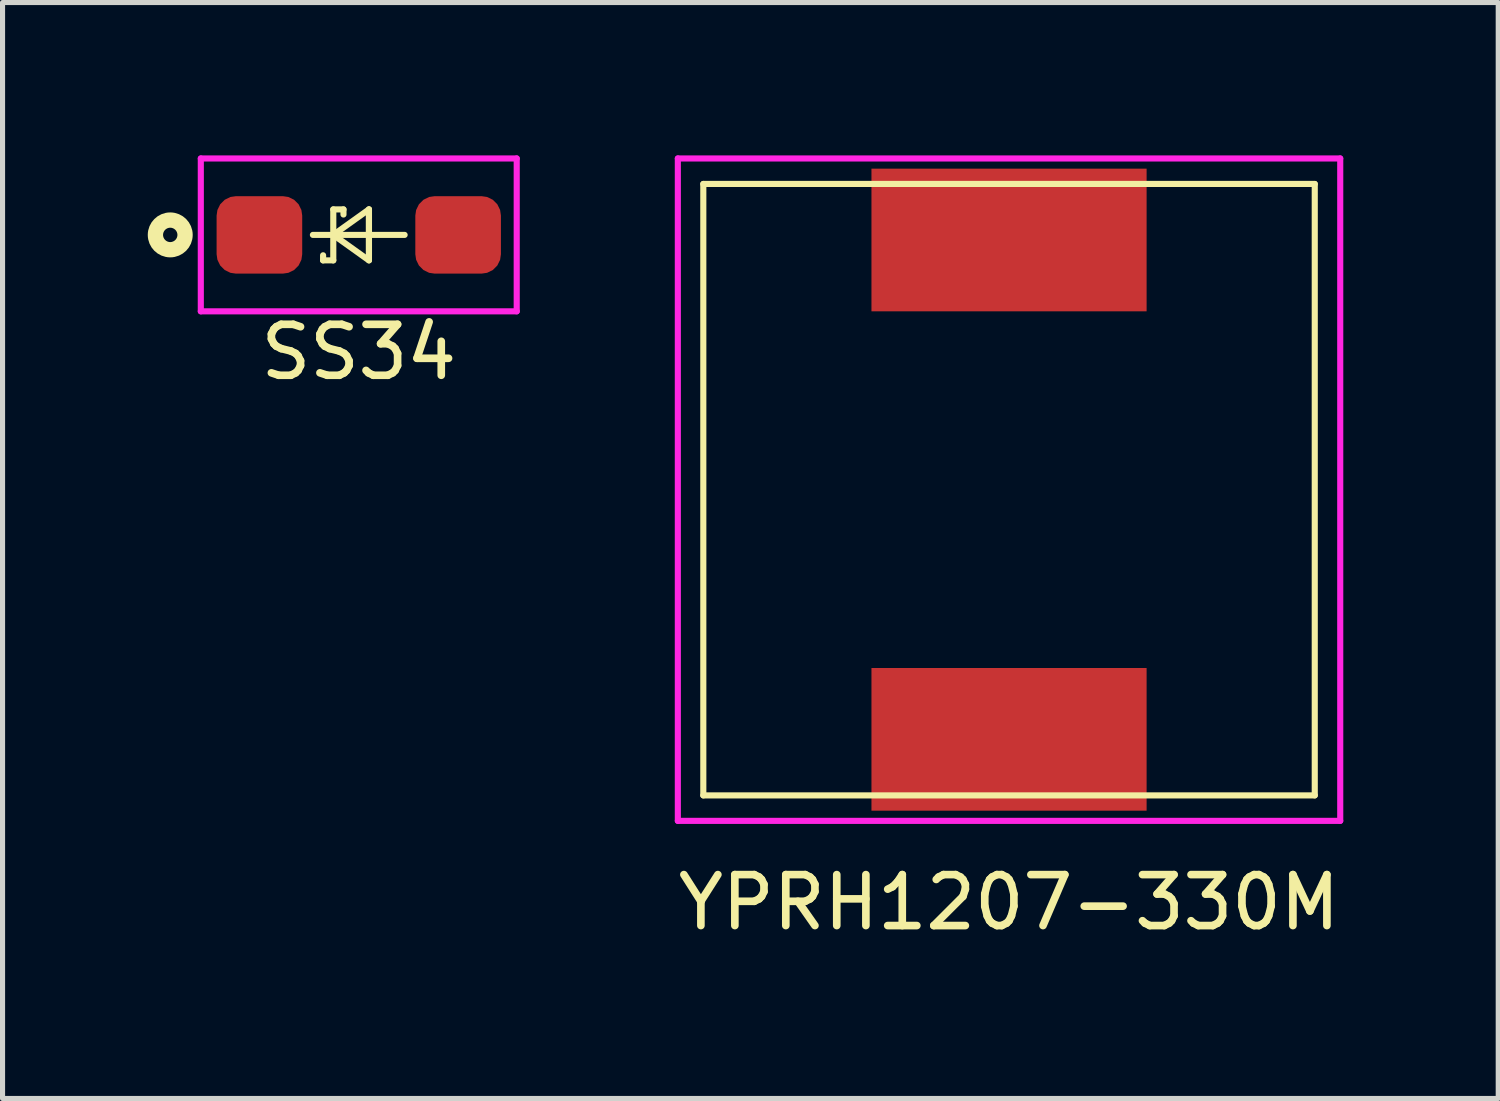
<source format=kicad_pcb>
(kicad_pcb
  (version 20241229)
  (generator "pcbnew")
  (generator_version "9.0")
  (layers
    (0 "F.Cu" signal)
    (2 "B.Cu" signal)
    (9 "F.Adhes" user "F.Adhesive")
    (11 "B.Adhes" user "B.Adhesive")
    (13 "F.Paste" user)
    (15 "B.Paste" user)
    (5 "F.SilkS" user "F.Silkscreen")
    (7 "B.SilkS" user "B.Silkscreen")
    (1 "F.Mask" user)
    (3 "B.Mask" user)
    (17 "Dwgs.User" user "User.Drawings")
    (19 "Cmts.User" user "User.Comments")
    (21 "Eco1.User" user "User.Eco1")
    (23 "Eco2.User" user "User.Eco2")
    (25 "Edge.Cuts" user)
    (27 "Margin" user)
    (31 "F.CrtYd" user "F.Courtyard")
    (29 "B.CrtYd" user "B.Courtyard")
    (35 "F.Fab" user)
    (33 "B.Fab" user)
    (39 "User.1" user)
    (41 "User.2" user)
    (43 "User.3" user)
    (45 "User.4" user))
  (footprint "YPRH1207-330M"
    (layer "F.Cu")
    (at 16.753 6.56)
    (property "Reference" "YPRH1207-330M" (at 0 8.1 0) (layer "F.SilkS") (effects (font (size 1 1) (thickness 0.15))))
    (attr through_hole)
    (fp_line (start -6 -6) (end 6 -6) (stroke (width 0.12) (type solid)) (layer "F.SilkS"))
    (fp_line (start -6 6) (end -6 -6) (stroke (width 0.12) (type solid)) (layer "F.SilkS"))
    (fp_line (start 6 -6) (end 6 6) (stroke (width 0.12) (type solid)) (layer "F.SilkS"))
    (fp_line (start 6 6) (end -6 6) (stroke (width 0.12) (type solid)) (layer "F.SilkS"))
    (fp_line (start -6.5 -6.5) (end 6.5 -6.5) (stroke (width 0.12) (type solid)) (layer "F.CrtYd"))
    (fp_line (start -6.5 6.5) (end -6.5 -6.5) (stroke (width 0.12) (type solid)) (layer "F.CrtYd"))
    (fp_line (start 6.5 -6.5) (end 6.5 6.5) (stroke (width 0.12) (type solid)) (layer "F.CrtYd"))
    (fp_line (start 6.5 6.5) (end -6.5 6.5) (stroke (width 0.12) (type solid)) (layer "F.CrtYd"))
    (pad "1" smd rect (at 0 -4.9) (size 5.4 2.8) (layers "F.Cu" "F.Mask" "F.Paste"))
    (pad "2" smd rect (at 0 4.9) (size 5.4 2.8) (layers "F.Cu" "F.Mask" "F.Paste")))
  (footprint "SS34"
    (layer "F.Cu")
    (at 3.991 1.56)
    (property "Reference" "SS34" (at 0 2.3 0) (layer "F.SilkS") (effects (font (size 1 1) (thickness 0.15))))
    (attr smd)
    (fp_line (start -0.7 0.5) (end -0.7 0.4) (stroke (width 0.12) (type solid)) (layer "F.SilkS"))
    (fp_line (start -0.5 -0.5) (end -0.5 0.5) (stroke (width 0.12) (type solid)) (layer "F.SilkS"))
    (fp_line (start -0.5 -0.5) (end -0.3 -0.5) (stroke (width 0.12) (type solid)) (layer "F.SilkS"))
    (fp_line (start -0.5 0) (end 0.2 -0.5) (stroke (width 0.12) (type solid)) (layer "F.SilkS"))
    (fp_line (start -0.5 0.5) (end -0.7 0.5) (stroke (width 0.12) (type solid)) (layer "F.SilkS"))
    (fp_line (start -0.3 -0.5) (end -0.3 -0.4) (stroke (width 0.12) (type solid)) (layer "F.SilkS"))
    (fp_line (start 0.2 -0.5) (end 0.2 0.4) (stroke (width 0.12) (type solid)) (layer "F.SilkS"))
    (fp_line (start 0.2 0.5) (end -0.5 0) (stroke (width 0.12) (type solid)) (layer "F.SilkS"))
    (fp_line (start 0.2 0.5) (end 0.2 -0.5) (stroke (width 0.12) (type solid)) (layer "F.SilkS"))
    (fp_line (start 0.9 0) (end -0.9 0) (stroke (width 0.12) (type solid)) (layer "F.SilkS"))
    (fp_circle (center -3.7 0) (end -3.559 0) (stroke (width 0.3) (type solid)) (fill no) (layer "F.SilkS"))
    (fp_line (start -3.1 -1.5) (end -3.1 1.5) (stroke (width 0.12) (type solid)) (layer "F.CrtYd"))
    (fp_line (start -3.1 1.5) (end 3.1 1.5) (stroke (width 0.12) (type solid)) (layer "F.CrtYd"))
    (fp_line (start 3.1 -1.5) (end -3.1 -1.5) (stroke (width 0.12) (type solid)) (layer "F.CrtYd"))
    (fp_line (start 3.1 1.5) (end 3.1 -1.5) (stroke (width 0.12) (type solid)) (layer "F.CrtYd"))
    (pad "1" smd roundrect (at -1.95 0) (size 1.68 1.52) (layers "F.Cu" "F.Mask" "F.Paste") (roundrect_rratio 0.25))
    (pad "2" smd roundrect (at 1.95 0) (size 1.68 1.52) (layers "F.Cu" "F.Mask" "F.Paste") (roundrect_rratio 0.25)))
  (gr_rect
    (start -3 -3)
    (end 26.354 18.508)
    (stroke (width 0.1) (type default))
    (fill no)
    (layer "Edge.Cuts")))
</source>
